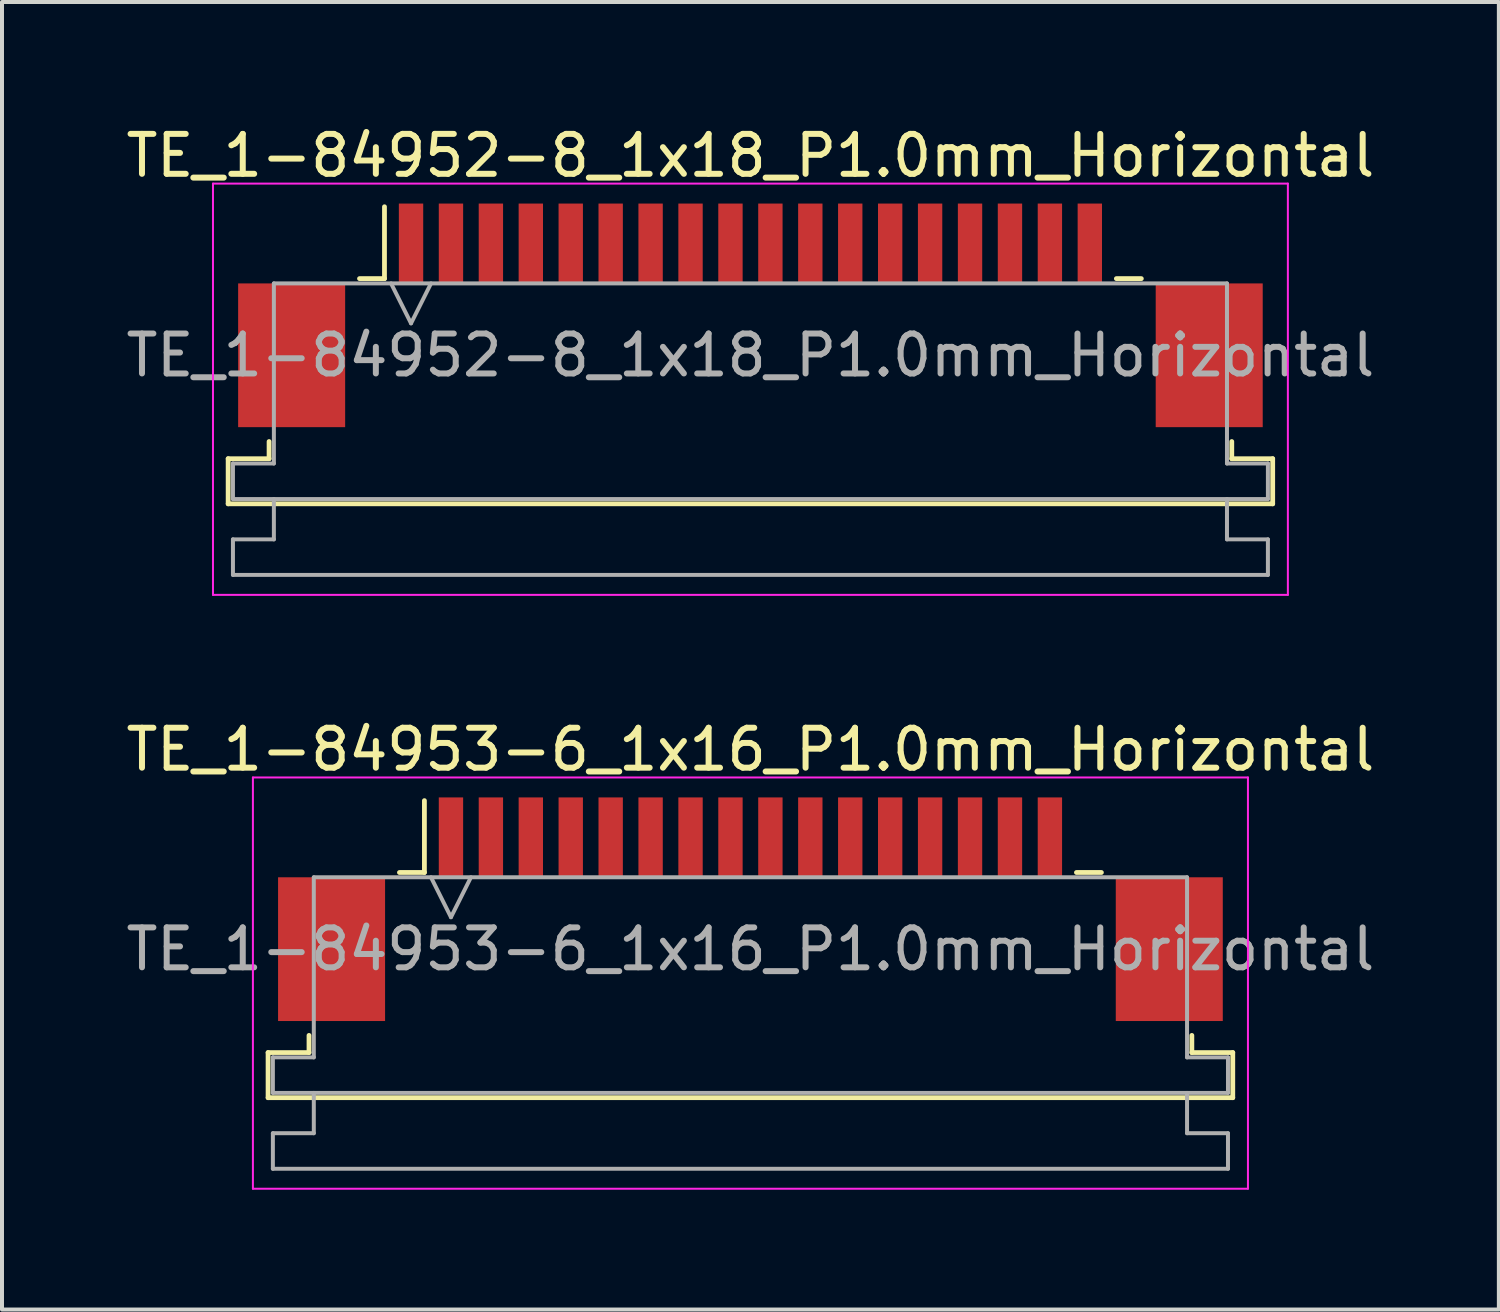
<source format=kicad_pcb>
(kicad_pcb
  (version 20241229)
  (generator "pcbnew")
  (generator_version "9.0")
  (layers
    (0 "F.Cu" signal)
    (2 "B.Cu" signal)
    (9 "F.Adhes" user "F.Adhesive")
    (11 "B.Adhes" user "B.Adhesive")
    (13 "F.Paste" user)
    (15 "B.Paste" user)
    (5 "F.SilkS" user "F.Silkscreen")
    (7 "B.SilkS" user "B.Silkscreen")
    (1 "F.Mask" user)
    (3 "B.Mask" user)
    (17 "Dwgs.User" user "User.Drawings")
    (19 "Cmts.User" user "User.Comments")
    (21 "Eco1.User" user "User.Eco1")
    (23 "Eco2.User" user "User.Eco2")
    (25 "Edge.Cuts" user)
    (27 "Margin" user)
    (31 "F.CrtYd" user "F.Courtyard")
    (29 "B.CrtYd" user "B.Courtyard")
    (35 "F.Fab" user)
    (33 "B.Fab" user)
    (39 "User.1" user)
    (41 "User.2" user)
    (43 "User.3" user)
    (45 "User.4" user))
  (footprint "TE_1-84953-6_1x16_P1.0mm_Horizontal"
    (layer "F.Cu")
    (at 15.744 19.721)
    (property "Reference" "TE_1-84953-6_1x16_P1.0mm_Horizontal" (at 0 -4 0) (layer "F.SilkS") (effects (font (size 1 1) (thickness 0.15))))
    (attr smd)
    (fp_line (start -12.08 3.59) (end -11.055 3.59) (stroke (width 0.12) (type solid)) (layer "F.SilkS"))
    (fp_line (start -12.08 4.72) (end -12.08 3.59) (stroke (width 0.12) (type solid)) (layer "F.SilkS"))
    (fp_line (start -11.055 3.59) (end -11.055 3.16) (stroke (width 0.12) (type solid)) (layer "F.SilkS"))
    (fp_line (start -8.79 -0.92) (end -8.165 -0.92) (stroke (width 0.12) (type solid)) (layer "F.SilkS"))
    (fp_line (start -8.165 -0.92) (end -8.165 -2.72) (stroke (width 0.12) (type solid)) (layer "F.SilkS"))
    (fp_line (start 8.165 -0.92) (end 8.79 -0.92) (stroke (width 0.12) (type solid)) (layer "F.SilkS"))
    (fp_line (start 11.055 3.16) (end 11.055 3.59) (stroke (width 0.12) (type solid)) (layer "F.SilkS"))
    (fp_line (start 11.055 3.59) (end 12.08 3.59) (stroke (width 0.12) (type solid)) (layer "F.SilkS"))
    (fp_line (start 12.08 3.59) (end 12.08 4.72) (stroke (width 0.12) (type solid)) (layer "F.SilkS"))
    (fp_line (start 12.08 4.72) (end -12.08 4.72) (stroke (width 0.12) (type solid)) (layer "F.SilkS"))
    (fp_line (start -12.46 -3.3) (end -12.46 7) (stroke (width 0.05) (type solid)) (layer "F.CrtYd"))
    (fp_line (start -12.46 7) (end 12.46 7) (stroke (width 0.05) (type solid)) (layer "F.CrtYd"))
    (fp_line (start 12.46 -3.3) (end -12.46 -3.3) (stroke (width 0.05) (type solid)) (layer "F.CrtYd"))
    (fp_line (start 12.46 7) (end 12.46 -3.3) (stroke (width 0.05) (type solid)) (layer "F.CrtYd"))
    (fp_line (start -11.96 3.71) (end -10.935 3.71) (stroke (width 0.1) (type solid)) (layer "F.Fab"))
    (fp_line (start -11.96 4.6) (end -11.96 3.71) (stroke (width 0.1) (type solid)) (layer "F.Fab"))
    (fp_line (start -11.96 5.61) (end -10.935 5.61) (stroke (width 0.1) (type solid)) (layer "F.Fab"))
    (fp_line (start -11.96 6.5) (end -11.96 5.61) (stroke (width 0.1) (type solid)) (layer "F.Fab"))
    (fp_line (start -10.935 -0.8) (end 10.935 -0.8) (stroke (width 0.1) (type solid)) (layer "F.Fab"))
    (fp_line (start -10.935 3.71) (end -10.935 -0.8) (stroke (width 0.1) (type solid)) (layer "F.Fab"))
    (fp_line (start -10.935 5.61) (end -10.935 4.6) (stroke (width 0.1) (type solid)) (layer "F.Fab"))
    (fp_line (start -8 -0.8) (end -7.5 0.2) (stroke (width 0.1) (type solid)) (layer "F.Fab"))
    (fp_line (start -7.5 0.2) (end -7 -0.8) (stroke (width 0.1) (type solid)) (layer "F.Fab"))
    (fp_line (start 10.935 -0.8) (end 10.935 3.71) (stroke (width 0.1) (type solid)) (layer "F.Fab"))
    (fp_line (start 10.935 3.71) (end 11.96 3.71) (stroke (width 0.1) (type solid)) (layer "F.Fab"))
    (fp_line (start 10.935 4.6) (end 10.935 5.61) (stroke (width 0.1) (type solid)) (layer "F.Fab"))
    (fp_line (start 10.935 5.61) (end 11.96 5.61) (stroke (width 0.1) (type solid)) (layer "F.Fab"))
    (fp_line (start 11.96 3.71) (end 11.96 4.6) (stroke (width 0.1) (type solid)) (layer "F.Fab"))
    (fp_line (start 11.96 4.6) (end -11.96 4.6) (stroke (width 0.1) (type solid)) (layer "F.Fab"))
    (fp_line (start 11.96 5.61) (end 11.96 6.5) (stroke (width 0.1) (type solid)) (layer "F.Fab"))
    (fp_line (start 11.96 6.5) (end -11.96 6.5) (stroke (width 0.1) (type solid)) (layer "F.Fab"))
    (fp_text user "${REFERENCE}" (at 0 1 0) (layer "F.Fab") (effects (font (size 1 1) (thickness 0.15))))
    (pad "" smd rect (at -10.49 1) (size 2.68 3.6) (layers "F.Cu" "F.Mask" "F.Paste"))
    (pad "" smd rect (at 10.49 1) (size 2.68 3.6) (layers "F.Cu" "F.Mask" "F.Paste"))
    (pad "1" smd rect (at -7.5 -1.8) (size 0.61 2) (layers "F.Cu" "F.Mask" "F.Paste"))
    (pad "2" smd rect (at -6.5 -1.8) (size 0.61 2) (layers "F.Cu" "F.Mask" "F.Paste"))
    (pad "3" smd rect (at -5.5 -1.8) (size 0.61 2) (layers "F.Cu" "F.Mask" "F.Paste"))
    (pad "4" smd rect (at -4.5 -1.8) (size 0.61 2) (layers "F.Cu" "F.Mask" "F.Paste"))
    (pad "5" smd rect (at -3.5 -1.8) (size 0.61 2) (layers "F.Cu" "F.Mask" "F.Paste"))
    (pad "6" smd rect (at -2.5 -1.8) (size 0.61 2) (layers "F.Cu" "F.Mask" "F.Paste"))
    (pad "7" smd rect (at -1.5 -1.8) (size 0.61 2) (layers "F.Cu" "F.Mask" "F.Paste"))
    (pad "8" smd rect (at -0.5 -1.8) (size 0.61 2) (layers "F.Cu" "F.Mask" "F.Paste"))
    (pad "9" smd rect (at 0.5 -1.8) (size 0.61 2) (layers "F.Cu" "F.Mask" "F.Paste"))
    (pad "10" smd rect (at 1.5 -1.8) (size 0.61 2) (layers "F.Cu" "F.Mask" "F.Paste"))
    (pad "11" smd rect (at 2.5 -1.8) (size 0.61 2) (layers "F.Cu" "F.Mask" "F.Paste"))
    (pad "12" smd rect (at 3.5 -1.8) (size 0.61 2) (layers "F.Cu" "F.Mask" "F.Paste"))
    (pad "13" smd rect (at 4.5 -1.8) (size 0.61 2) (layers "F.Cu" "F.Mask" "F.Paste"))
    (pad "14" smd rect (at 5.5 -1.8) (size 0.61 2) (layers "F.Cu" "F.Mask" "F.Paste"))
    (pad "15" smd rect (at 6.5 -1.8) (size 0.61 2) (layers "F.Cu" "F.Mask" "F.Paste"))
    (pad "16" smd rect (at 7.5 -1.8) (size 0.61 2) (layers "F.Cu" "F.Mask" "F.Paste")))
  (footprint "TE_1-84952-8_1x18_P1.0mm_Horizontal"
    (layer "F.Cu")
    (at 15.744 4.848)
    (property "Reference" "TE_1-84952-8_1x18_P1.0mm_Horizontal" (at 0 -4 0) (layer "F.SilkS") (effects (font (size 1 1) (thickness 0.15))))
    (attr smd)
    (fp_line (start -13.08 3.59) (end -12.055 3.59) (stroke (width 0.12) (type solid)) (layer "F.SilkS"))
    (fp_line (start -13.08 4.72) (end -13.08 3.59) (stroke (width 0.12) (type solid)) (layer "F.SilkS"))
    (fp_line (start -12.055 3.59) (end -12.055 3.16) (stroke (width 0.12) (type solid)) (layer "F.SilkS"))
    (fp_line (start -9.79 -0.92) (end -9.165 -0.92) (stroke (width 0.12) (type solid)) (layer "F.SilkS"))
    (fp_line (start -9.165 -0.92) (end -9.165 -2.72) (stroke (width 0.12) (type solid)) (layer "F.SilkS"))
    (fp_line (start 9.165 -0.92) (end 9.79 -0.92) (stroke (width 0.12) (type solid)) (layer "F.SilkS"))
    (fp_line (start 12.055 3.16) (end 12.055 3.59) (stroke (width 0.12) (type solid)) (layer "F.SilkS"))
    (fp_line (start 12.055 3.59) (end 13.08 3.59) (stroke (width 0.12) (type solid)) (layer "F.SilkS"))
    (fp_line (start 13.08 3.59) (end 13.08 4.72) (stroke (width 0.12) (type solid)) (layer "F.SilkS"))
    (fp_line (start 13.08 4.72) (end -13.08 4.72) (stroke (width 0.12) (type solid)) (layer "F.SilkS"))
    (fp_line (start -13.46 -3.3) (end -13.46 7) (stroke (width 0.05) (type solid)) (layer "F.CrtYd"))
    (fp_line (start -13.46 7) (end 13.46 7) (stroke (width 0.05) (type solid)) (layer "F.CrtYd"))
    (fp_line (start 13.46 -3.3) (end -13.46 -3.3) (stroke (width 0.05) (type solid)) (layer "F.CrtYd"))
    (fp_line (start 13.46 7) (end 13.46 -3.3) (stroke (width 0.05) (type solid)) (layer "F.CrtYd"))
    (fp_line (start -12.96 3.71) (end -11.935 3.71) (stroke (width 0.1) (type solid)) (layer "F.Fab"))
    (fp_line (start -12.96 4.6) (end -12.96 3.71) (stroke (width 0.1) (type solid)) (layer "F.Fab"))
    (fp_line (start -12.96 5.61) (end -11.935 5.61) (stroke (width 0.1) (type solid)) (layer "F.Fab"))
    (fp_line (start -12.96 6.5) (end -12.96 5.61) (stroke (width 0.1) (type solid)) (layer "F.Fab"))
    (fp_line (start -11.935 -0.8) (end 11.935 -0.8) (stroke (width 0.1) (type solid)) (layer "F.Fab"))
    (fp_line (start -11.935 3.71) (end -11.935 -0.8) (stroke (width 0.1) (type solid)) (layer "F.Fab"))
    (fp_line (start -11.935 5.61) (end -11.935 4.6) (stroke (width 0.1) (type solid)) (layer "F.Fab"))
    (fp_line (start -9 -0.8) (end -8.5 0.2) (stroke (width 0.1) (type solid)) (layer "F.Fab"))
    (fp_line (start -8.5 0.2) (end -8 -0.8) (stroke (width 0.1) (type solid)) (layer "F.Fab"))
    (fp_line (start 11.935 -0.8) (end 11.935 3.71) (stroke (width 0.1) (type solid)) (layer "F.Fab"))
    (fp_line (start 11.935 3.71) (end 12.96 3.71) (stroke (width 0.1) (type solid)) (layer "F.Fab"))
    (fp_line (start 11.935 4.6) (end 11.935 5.61) (stroke (width 0.1) (type solid)) (layer "F.Fab"))
    (fp_line (start 11.935 5.61) (end 12.96 5.61) (stroke (width 0.1) (type solid)) (layer "F.Fab"))
    (fp_line (start 12.96 3.71) (end 12.96 4.6) (stroke (width 0.1) (type solid)) (layer "F.Fab"))
    (fp_line (start 12.96 4.6) (end -12.96 4.6) (stroke (width 0.1) (type solid)) (layer "F.Fab"))
    (fp_line (start 12.96 5.61) (end 12.96 6.5) (stroke (width 0.1) (type solid)) (layer "F.Fab"))
    (fp_line (start 12.96 6.5) (end -12.96 6.5) (stroke (width 0.1) (type solid)) (layer "F.Fab"))
    (fp_text user "${REFERENCE}" (at 0 1 0) (layer "F.Fab") (effects (font (size 1 1) (thickness 0.15))))
    (pad "" smd rect (at -11.49 1) (size 2.68 3.6) (layers "F.Cu" "F.Mask" "F.Paste"))
    (pad "" smd rect (at 11.49 1) (size 2.68 3.6) (layers "F.Cu" "F.Mask" "F.Paste"))
    (pad "1" smd rect (at -8.5 -1.8) (size 0.61 2) (layers "F.Cu" "F.Mask" "F.Paste"))
    (pad "2" smd rect (at -7.5 -1.8) (size 0.61 2) (layers "F.Cu" "F.Mask" "F.Paste"))
    (pad "3" smd rect (at -6.5 -1.8) (size 0.61 2) (layers "F.Cu" "F.Mask" "F.Paste"))
    (pad "4" smd rect (at -5.5 -1.8) (size 0.61 2) (layers "F.Cu" "F.Mask" "F.Paste"))
    (pad "5" smd rect (at -4.5 -1.8) (size 0.61 2) (layers "F.Cu" "F.Mask" "F.Paste"))
    (pad "6" smd rect (at -3.5 -1.8) (size 0.61 2) (layers "F.Cu" "F.Mask" "F.Paste"))
    (pad "7" smd rect (at -2.5 -1.8) (size 0.61 2) (layers "F.Cu" "F.Mask" "F.Paste"))
    (pad "8" smd rect (at -1.5 -1.8) (size 0.61 2) (layers "F.Cu" "F.Mask" "F.Paste"))
    (pad "9" smd rect (at -0.5 -1.8) (size 0.61 2) (layers "F.Cu" "F.Mask" "F.Paste"))
    (pad "10" smd rect (at 0.5 -1.8) (size 0.61 2) (layers "F.Cu" "F.Mask" "F.Paste"))
    (pad "11" smd rect (at 1.5 -1.8) (size 0.61 2) (layers "F.Cu" "F.Mask" "F.Paste"))
    (pad "12" smd rect (at 2.5 -1.8) (size 0.61 2) (layers "F.Cu" "F.Mask" "F.Paste"))
    (pad "13" smd rect (at 3.5 -1.8) (size 0.61 2) (layers "F.Cu" "F.Mask" "F.Paste"))
    (pad "14" smd rect (at 4.5 -1.8) (size 0.61 2) (layers "F.Cu" "F.Mask" "F.Paste"))
    (pad "15" smd rect (at 5.5 -1.8) (size 0.61 2) (layers "F.Cu" "F.Mask" "F.Paste"))
    (pad "16" smd rect (at 6.5 -1.8) (size 0.61 2) (layers "F.Cu" "F.Mask" "F.Paste"))
    (pad "17" smd rect (at 7.5 -1.8) (size 0.61 2) (layers "F.Cu" "F.Mask" "F.Paste"))
    (pad "18" smd rect (at 8.5 -1.8) (size 0.61 2) (layers "F.Cu" "F.Mask" "F.Paste")))
  (gr_rect
    (start -3 -3)
    (end 34.488 29.747)
    (stroke (width 0.1) (type default))
    (fill no)
    (layer "Edge.Cuts")))
</source>
